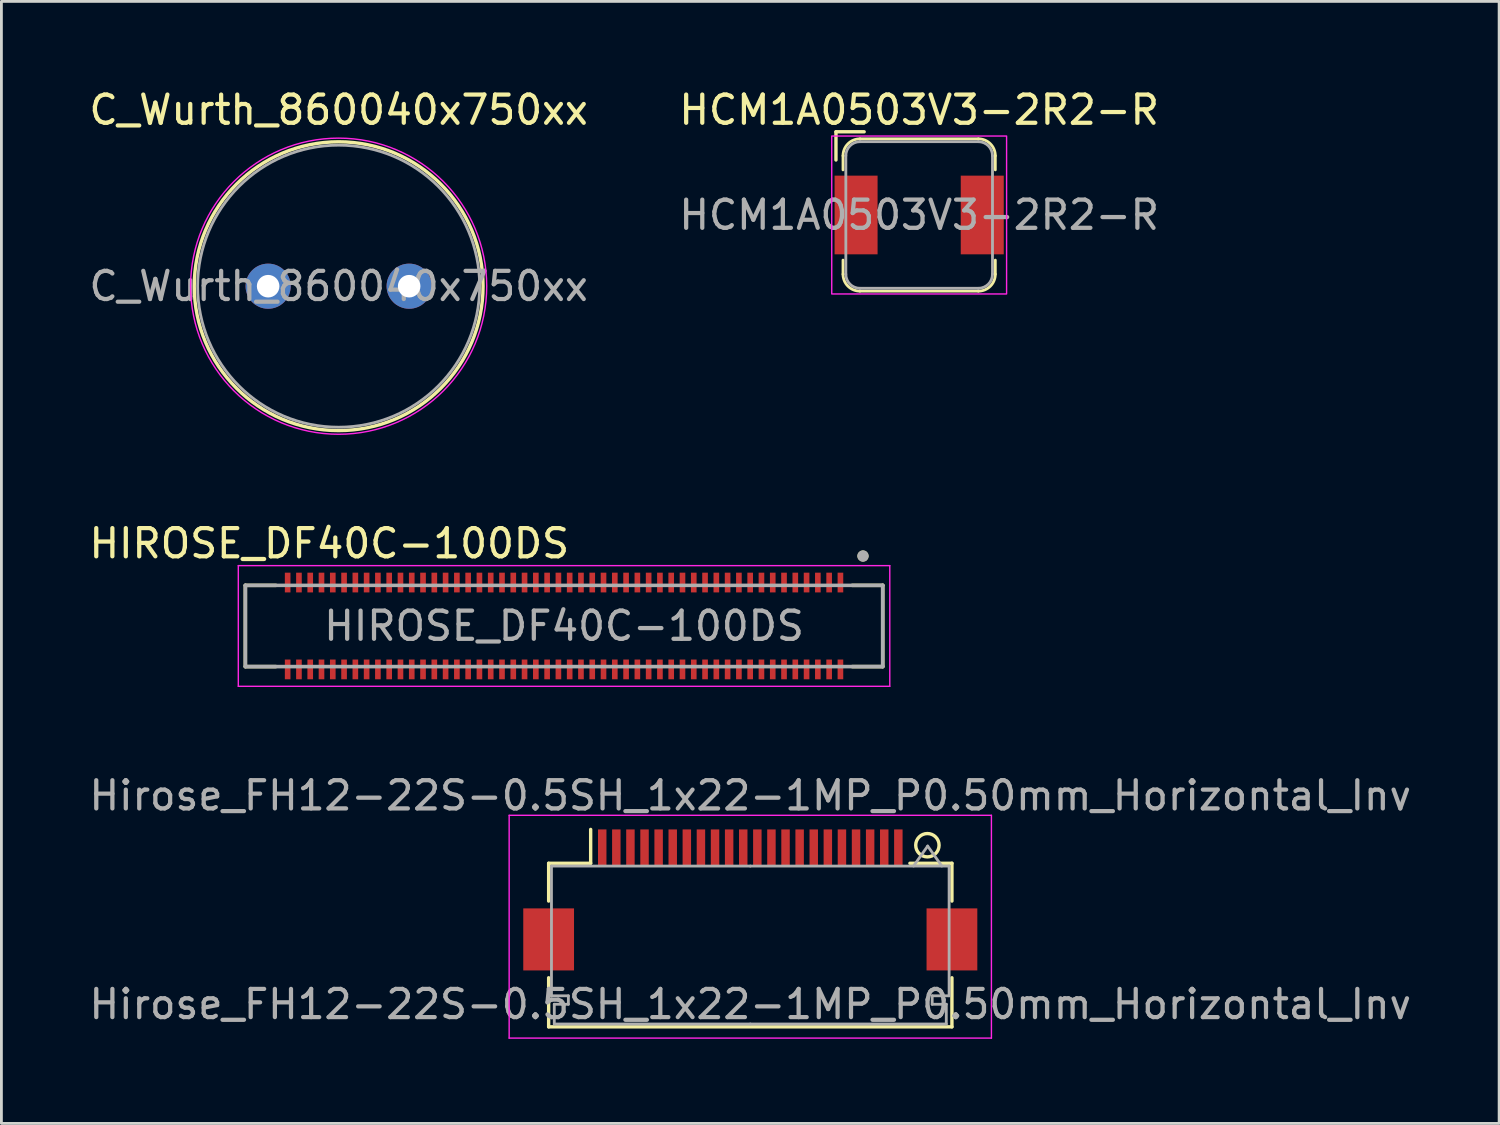
<source format=kicad_pcb>
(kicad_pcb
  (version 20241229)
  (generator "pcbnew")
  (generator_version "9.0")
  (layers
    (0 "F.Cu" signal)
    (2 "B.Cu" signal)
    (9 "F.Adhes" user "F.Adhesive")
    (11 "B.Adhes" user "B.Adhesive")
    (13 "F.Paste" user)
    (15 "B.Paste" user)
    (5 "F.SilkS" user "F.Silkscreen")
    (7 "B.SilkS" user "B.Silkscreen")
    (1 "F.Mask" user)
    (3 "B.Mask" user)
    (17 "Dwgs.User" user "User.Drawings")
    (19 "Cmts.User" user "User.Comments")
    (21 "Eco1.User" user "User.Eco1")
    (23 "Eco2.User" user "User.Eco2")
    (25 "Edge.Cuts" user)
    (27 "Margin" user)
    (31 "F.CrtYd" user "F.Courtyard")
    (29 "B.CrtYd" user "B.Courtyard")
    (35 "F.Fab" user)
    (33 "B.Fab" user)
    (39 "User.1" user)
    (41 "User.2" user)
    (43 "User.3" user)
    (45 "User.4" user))
  (footprint "C_Wurth_860040x750xx"
    (layer "F.Cu")
    (at 6.458 7.098)
    (property "Reference" "C_Wurth_860040x750xx" (at 2.5 -6.25 0) (layer "F.SilkS") (effects (font (size 1 1) (thickness 0.15))))
    (attr through_hole)
    (fp_circle (center 2.5 0) (end 7.62 0) (stroke (width 0.12) (type solid)) (fill no) (layer "F.SilkS"))
    (fp_circle (center 2.5 0) (end 7.75 0) (stroke (width 0.05) (type solid)) (fill no) (layer "F.CrtYd"))
    (fp_circle (center 2.5 0) (end 7.5 0) (stroke (width 0.1) (type solid)) (fill no) (layer "F.Fab"))
    (fp_text user "${REFERENCE}" (at 2.5 0 0) (layer "F.Fab") (effects (font (size 1 1) (thickness 0.15))))
    (pad "1" thru_hole circle (at 0 0) (size 1.6 1.6) (drill 0.8) (layers "*.Cu" "*.Mask"))
    (pad "2" thru_hole circle (at 5 0) (size 1.6 1.6) (drill 0.8) (layers "*.Cu" "*.Mask")))
  (footprint "HIROSE_DF40C-100DS"
    (layer "F.Cu")
    (at 16.95 19.146)
    (property "Reference" "HIROSE_DF40C-100DS" (at -8.325 -2.925 0) (layer "F.SilkS") (effects (font (size 1 1) (thickness 0.15))))
    (attr smd)
    (fp_line (start -11.3 -1.44) (end -11.3 1.44) (stroke (width 0.127) (type solid)) (layer "F.SilkS"))
    (fp_line (start -11.3 1.44) (end -10.22 1.44) (stroke (width 0.127) (type solid)) (layer "F.SilkS"))
    (fp_line (start -10.22 -1.44) (end -11.3 -1.44) (stroke (width 0.127) (type solid)) (layer "F.SilkS"))
    (fp_line (start 11.3 -1.44) (end 10.22 -1.44) (stroke (width 0.127) (type solid)) (layer "F.SilkS"))
    (fp_line (start 11.3 -1.44) (end 11.3 1.44) (stroke (width 0.127) (type solid)) (layer "F.SilkS"))
    (fp_line (start 11.3 1.44) (end 10.22 1.44) (stroke (width 0.127) (type solid)) (layer "F.SilkS"))
    (fp_circle (center 10.6 -2.48) (end 10.7 -2.48) (stroke (width 0.2) (type solid)) (fill no) (layer "F.SilkS"))
    (fp_line (start -11.55 -2.14) (end -11.55 2.14) (stroke (width 0.05) (type solid)) (layer "F.CrtYd"))
    (fp_line (start -11.55 2.14) (end 11.55 2.14) (stroke (width 0.05) (type solid)) (layer "F.CrtYd"))
    (fp_line (start 11.55 -2.14) (end -11.55 -2.14) (stroke (width 0.05) (type solid)) (layer "F.CrtYd"))
    (fp_line (start 11.55 2.14) (end 11.55 -2.14) (stroke (width 0.05) (type solid)) (layer "F.CrtYd"))
    (fp_line (start -11.3 -1.44) (end 11.3 -1.44) (stroke (width 0.127) (type solid)) (layer "F.Fab"))
    (fp_line (start -11.3 1.44) (end -11.3 -1.44) (stroke (width 0.127) (type solid)) (layer "F.Fab"))
    (fp_line (start 11.3 -1.44) (end 11.3 1.44) (stroke (width 0.127) (type solid)) (layer "F.Fab"))
    (fp_line (start 11.3 1.44) (end -11.3 1.44) (stroke (width 0.127) (type solid)) (layer "F.Fab"))
    (fp_circle (center 10.6 -2.48) (end 10.7 -2.48) (stroke (width 0.2) (type solid)) (fill no) (layer "F.Fab"))
    (fp_text user "${REFERENCE}" (at 0 0 0) (layer "F.Fab") (effects (font (size 1 1) (thickness 0.15))))
    (pad "1" smd rect (at 9.8 -1.54) (size 0.2 0.7) (layers "F.Cu" "F.Mask" "F.Paste"))
    (pad "2" smd rect (at 9.8 1.54) (size 0.2 0.7) (layers "F.Cu" "F.Mask" "F.Paste"))
    (pad "3" smd rect (at 9.4 -1.54) (size 0.2 0.7) (layers "F.Cu" "F.Mask" "F.Paste"))
    (pad "4" smd rect (at 9.4 1.54) (size 0.2 0.7) (layers "F.Cu" "F.Mask" "F.Paste"))
    (pad "5" smd rect (at 9 -1.54) (size 0.2 0.7) (layers "F.Cu" "F.Mask" "F.Paste"))
    (pad "6" smd rect (at 9 1.54) (size 0.2 0.7) (layers "F.Cu" "F.Mask" "F.Paste"))
    (pad "7" smd rect (at 8.6 -1.54) (size 0.2 0.7) (layers "F.Cu" "F.Mask" "F.Paste"))
    (pad "8" smd rect (at 8.6 1.54) (size 0.2 0.7) (layers "F.Cu" "F.Mask" "F.Paste"))
    (pad "9" smd rect (at 8.2 -1.54) (size 0.2 0.7) (layers "F.Cu" "F.Mask" "F.Paste"))
    (pad "10" smd rect (at 8.2 1.54) (size 0.2 0.7) (layers "F.Cu" "F.Mask" "F.Paste"))
    (pad "11" smd rect (at 7.8 -1.54) (size 0.2 0.7) (layers "F.Cu" "F.Mask" "F.Paste"))
    (pad "12" smd rect (at 7.8 1.54) (size 0.2 0.7) (layers "F.Cu" "F.Mask" "F.Paste"))
    (pad "13" smd rect (at 7.4 -1.54) (size 0.2 0.7) (layers "F.Cu" "F.Mask" "F.Paste"))
    (pad "14" smd rect (at 7.4 1.54) (size 0.2 0.7) (layers "F.Cu" "F.Mask" "F.Paste"))
    (pad "15" smd rect (at 7 -1.54) (size 0.2 0.7) (layers "F.Cu" "F.Mask" "F.Paste"))
    (pad "16" smd rect (at 7 1.54) (size 0.2 0.7) (layers "F.Cu" "F.Mask" "F.Paste"))
    (pad "17" smd rect (at 6.6 -1.54) (size 0.2 0.7) (layers "F.Cu" "F.Mask" "F.Paste"))
    (pad "18" smd rect (at 6.6 1.54) (size 0.2 0.7) (layers "F.Cu" "F.Mask" "F.Paste"))
    (pad "19" smd rect (at 6.2 -1.54) (size 0.2 0.7) (layers "F.Cu" "F.Mask" "F.Paste"))
    (pad "20" smd rect (at 6.2 1.54) (size 0.2 0.7) (layers "F.Cu" "F.Mask" "F.Paste"))
    (pad "21" smd rect (at 5.8 -1.54) (size 0.2 0.7) (layers "F.Cu" "F.Mask" "F.Paste"))
    (pad "22" smd rect (at 5.8 1.54) (size 0.2 0.7) (layers "F.Cu" "F.Mask" "F.Paste"))
    (pad "23" smd rect (at 5.4 -1.54) (size 0.2 0.7) (layers "F.Cu" "F.Mask" "F.Paste"))
    (pad "24" smd rect (at 5.4 1.54) (size 0.2 0.7) (layers "F.Cu" "F.Mask" "F.Paste"))
    (pad "25" smd rect (at 5 -1.54) (size 0.2 0.7) (layers "F.Cu" "F.Mask" "F.Paste"))
    (pad "26" smd rect (at 5 1.54) (size 0.2 0.7) (layers "F.Cu" "F.Mask" "F.Paste"))
    (pad "27" smd rect (at 4.6 -1.54) (size 0.2 0.7) (layers "F.Cu" "F.Mask" "F.Paste"))
    (pad "28" smd rect (at 4.6 1.54) (size 0.2 0.7) (layers "F.Cu" "F.Mask" "F.Paste"))
    (pad "29" smd rect (at 4.2 -1.54) (size 0.2 0.7) (layers "F.Cu" "F.Mask" "F.Paste"))
    (pad "30" smd rect (at 4.2 1.54) (size 0.2 0.7) (layers "F.Cu" "F.Mask" "F.Paste"))
    (pad "31" smd rect (at 3.8 -1.54) (size 0.2 0.7) (layers "F.Cu" "F.Mask" "F.Paste"))
    (pad "32" smd rect (at 3.8 1.54) (size 0.2 0.7) (layers "F.Cu" "F.Mask" "F.Paste"))
    (pad "33" smd rect (at 3.4 -1.54) (size 0.2 0.7) (layers "F.Cu" "F.Mask" "F.Paste"))
    (pad "34" smd rect (at 3.4 1.54) (size 0.2 0.7) (layers "F.Cu" "F.Mask" "F.Paste"))
    (pad "35" smd rect (at 3 -1.54) (size 0.2 0.7) (layers "F.Cu" "F.Mask" "F.Paste"))
    (pad "36" smd rect (at 3 1.54) (size 0.2 0.7) (layers "F.Cu" "F.Mask" "F.Paste"))
    (pad "37" smd rect (at 2.6 -1.54) (size 0.2 0.7) (layers "F.Cu" "F.Mask" "F.Paste"))
    (pad "38" smd rect (at 2.6 1.54) (size 0.2 0.7) (layers "F.Cu" "F.Mask" "F.Paste"))
    (pad "39" smd rect (at 2.2 -1.54) (size 0.2 0.7) (layers "F.Cu" "F.Mask" "F.Paste"))
    (pad "40" smd rect (at 2.2 1.54) (size 0.2 0.7) (layers "F.Cu" "F.Mask" "F.Paste"))
    (pad "41" smd rect (at 1.8 -1.54) (size 0.2 0.7) (layers "F.Cu" "F.Mask" "F.Paste"))
    (pad "42" smd rect (at 1.8 1.54) (size 0.2 0.7) (layers "F.Cu" "F.Mask" "F.Paste"))
    (pad "43" smd rect (at 1.4 -1.54) (size 0.2 0.7) (layers "F.Cu" "F.Mask" "F.Paste"))
    (pad "44" smd rect (at 1.4 1.54) (size 0.2 0.7) (layers "F.Cu" "F.Mask" "F.Paste"))
    (pad "45" smd rect (at 1 -1.54) (size 0.2 0.7) (layers "F.Cu" "F.Mask" "F.Paste"))
    (pad "46" smd rect (at 1 1.54) (size 0.2 0.7) (layers "F.Cu" "F.Mask" "F.Paste"))
    (pad "47" smd rect (at 0.6 -1.54) (size 0.2 0.7) (layers "F.Cu" "F.Mask" "F.Paste"))
    (pad "48" smd rect (at 0.6 1.54) (size 0.2 0.7) (layers "F.Cu" "F.Mask" "F.Paste"))
    (pad "49" smd rect (at 0.2 -1.54) (size 0.2 0.7) (layers "F.Cu" "F.Mask" "F.Paste"))
    (pad "50" smd rect (at 0.2 1.54) (size 0.2 0.7) (layers "F.Cu" "F.Mask" "F.Paste"))
    (pad "51" smd rect (at -0.2 -1.54) (size 0.2 0.7) (layers "F.Cu" "F.Mask" "F.Paste"))
    (pad "52" smd rect (at -0.2 1.54) (size 0.2 0.7) (layers "F.Cu" "F.Mask" "F.Paste"))
    (pad "53" smd rect (at -0.6 -1.54) (size 0.2 0.7) (layers "F.Cu" "F.Mask" "F.Paste"))
    (pad "54" smd rect (at -0.6 1.54) (size 0.2 0.7) (layers "F.Cu" "F.Mask" "F.Paste"))
    (pad "55" smd rect (at -1 -1.54) (size 0.2 0.7) (layers "F.Cu" "F.Mask" "F.Paste"))
    (pad "56" smd rect (at -1 1.54) (size 0.2 0.7) (layers "F.Cu" "F.Mask" "F.Paste"))
    (pad "57" smd rect (at -1.4 -1.54) (size 0.2 0.7) (layers "F.Cu" "F.Mask" "F.Paste"))
    (pad "58" smd rect (at -1.4 1.54) (size 0.2 0.7) (layers "F.Cu" "F.Mask" "F.Paste"))
    (pad "59" smd rect (at -1.8 -1.54) (size 0.2 0.7) (layers "F.Cu" "F.Mask" "F.Paste"))
    (pad "60" smd rect (at -1.8 1.54) (size 0.2 0.7) (layers "F.Cu" "F.Mask" "F.Paste"))
    (pad "61" smd rect (at -2.2 -1.54) (size 0.2 0.7) (layers "F.Cu" "F.Mask" "F.Paste"))
    (pad "62" smd rect (at -2.2 1.54) (size 0.2 0.7) (layers "F.Cu" "F.Mask" "F.Paste"))
    (pad "63" smd rect (at -2.6 -1.54) (size 0.2 0.7) (layers "F.Cu" "F.Mask" "F.Paste"))
    (pad "64" smd rect (at -2.6 1.54) (size 0.2 0.7) (layers "F.Cu" "F.Mask" "F.Paste"))
    (pad "65" smd rect (at -3 -1.54) (size 0.2 0.7) (layers "F.Cu" "F.Mask" "F.Paste"))
    (pad "66" smd rect (at -3 1.54) (size 0.2 0.7) (layers "F.Cu" "F.Mask" "F.Paste"))
    (pad "67" smd rect (at -3.4 -1.54) (size 0.2 0.7) (layers "F.Cu" "F.Mask" "F.Paste"))
    (pad "68" smd rect (at -3.4 1.54) (size 0.2 0.7) (layers "F.Cu" "F.Mask" "F.Paste"))
    (pad "69" smd rect (at -3.8 -1.54) (size 0.2 0.7) (layers "F.Cu" "F.Mask" "F.Paste"))
    (pad "70" smd rect (at -3.8 1.54) (size 0.2 0.7) (layers "F.Cu" "F.Mask" "F.Paste"))
    (pad "71" smd rect (at -4.2 -1.54) (size 0.2 0.7) (layers "F.Cu" "F.Mask" "F.Paste"))
    (pad "72" smd rect (at -4.2 1.54) (size 0.2 0.7) (layers "F.Cu" "F.Mask" "F.Paste"))
    (pad "73" smd rect (at -4.6 -1.54) (size 0.2 0.7) (layers "F.Cu" "F.Mask" "F.Paste"))
    (pad "74" smd rect (at -4.6 1.54) (size 0.2 0.7) (layers "F.Cu" "F.Mask" "F.Paste"))
    (pad "75" smd rect (at -5 -1.54) (size 0.2 0.7) (layers "F.Cu" "F.Mask" "F.Paste"))
    (pad "76" smd rect (at -5 1.54) (size 0.2 0.7) (layers "F.Cu" "F.Mask" "F.Paste"))
    (pad "77" smd rect (at -5.4 -1.54) (size 0.2 0.7) (layers "F.Cu" "F.Mask" "F.Paste"))
    (pad "78" smd rect (at -5.4 1.54) (size 0.2 0.7) (layers "F.Cu" "F.Mask" "F.Paste"))
    (pad "79" smd rect (at -5.8 -1.54) (size 0.2 0.7) (layers "F.Cu" "F.Mask" "F.Paste"))
    (pad "80" smd rect (at -5.8 1.54) (size 0.2 0.7) (layers "F.Cu" "F.Mask" "F.Paste"))
    (pad "81" smd rect (at -6.2 -1.54) (size 0.2 0.7) (layers "F.Cu" "F.Mask" "F.Paste"))
    (pad "82" smd rect (at -6.2 1.54) (size 0.2 0.7) (layers "F.Cu" "F.Mask" "F.Paste"))
    (pad "83" smd rect (at -6.6 -1.54) (size 0.2 0.7) (layers "F.Cu" "F.Mask" "F.Paste"))
    (pad "84" smd rect (at -6.6 1.54) (size 0.2 0.7) (layers "F.Cu" "F.Mask" "F.Paste"))
    (pad "85" smd rect (at -7 -1.54) (size 0.2 0.7) (layers "F.Cu" "F.Mask" "F.Paste"))
    (pad "86" smd rect (at -7 1.54) (size 0.2 0.7) (layers "F.Cu" "F.Mask" "F.Paste"))
    (pad "87" smd rect (at -7.4 -1.54) (size 0.2 0.7) (layers "F.Cu" "F.Mask" "F.Paste"))
    (pad "88" smd rect (at -7.4 1.54) (size 0.2 0.7) (layers "F.Cu" "F.Mask" "F.Paste"))
    (pad "89" smd rect (at -7.8 -1.54) (size 0.2 0.7) (layers "F.Cu" "F.Mask" "F.Paste"))
    (pad "90" smd rect (at -7.8 1.54) (size 0.2 0.7) (layers "F.Cu" "F.Mask" "F.Paste"))
    (pad "91" smd rect (at -8.2 -1.54) (size 0.2 0.7) (layers "F.Cu" "F.Mask" "F.Paste"))
    (pad "92" smd rect (at -8.2 1.54) (size 0.2 0.7) (layers "F.Cu" "F.Mask" "F.Paste"))
    (pad "93" smd rect (at -8.6 -1.54) (size 0.2 0.7) (layers "F.Cu" "F.Mask" "F.Paste"))
    (pad "94" smd rect (at -8.6 1.54) (size 0.2 0.7) (layers "F.Cu" "F.Mask" "F.Paste"))
    (pad "95" smd rect (at -9 -1.54) (size 0.2 0.7) (layers "F.Cu" "F.Mask" "F.Paste"))
    (pad "96" smd rect (at -9 1.54) (size 0.2 0.7) (layers "F.Cu" "F.Mask" "F.Paste"))
    (pad "97" smd rect (at -9.4 -1.54) (size 0.2 0.7) (layers "F.Cu" "F.Mask" "F.Paste"))
    (pad "98" smd rect (at -9.4 1.54) (size 0.2 0.7) (layers "F.Cu" "F.Mask" "F.Paste"))
    (pad "99" smd rect (at -9.8 -1.54) (size 0.2 0.7) (layers "F.Cu" "F.Mask" "F.Paste"))
    (pad "100" smd rect (at -9.8 1.54) (size 0.2 0.7) (layers "F.Cu" "F.Mask" "F.Paste")))
  (footprint "Hirose_FH12-22S-0.5SH_1x22-1MP_P0.50mm_Horizontal_Inv"
    (layer "F.Cu")
    (at 23.554 28.86)
    (property "Reference" "Hirose_FH12-22S-0.5SH_1x22-1MP_P0.50mm_Horizontal_Inv" (at 0 -3.7 180) (layer "F.Fab") (effects (font (size 1 1) (thickness 0.15))))
    (attr smd)
    (fp_line (start -7.15 -1.3) (end -7.15 0.04) (stroke (width 0.12) (type solid)) (layer "F.SilkS"))
    (fp_line (start -7.15 2.76) (end -7.15 4.5) (stroke (width 0.12) (type solid)) (layer "F.SilkS"))
    (fp_line (start -7.15 4.5) (end 7.15 4.5) (stroke (width 0.12) (type solid)) (layer "F.SilkS"))
    (fp_line (start -5.66 -1.3) (end -7.15 -1.3) (stroke (width 0.12) (type solid)) (layer "F.SilkS"))
    (fp_line (start -5.66 -1.3) (end -5.66 -2.5) (stroke (width 0.12) (type solid)) (layer "F.SilkS"))
    (fp_line (start 5.66 -1.3) (end 7.15 -1.3) (stroke (width 0.12) (type solid)) (layer "F.SilkS"))
    (fp_line (start 7.15 -1.3) (end 7.15 0.04) (stroke (width 0.12) (type solid)) (layer "F.SilkS"))
    (fp_line (start 7.15 4.5) (end 7.15 2.76) (stroke (width 0.12) (type solid)) (layer "F.SilkS"))
    (fp_circle (center 6.28 -1.94) (end 6.61 -1.69) (stroke (width 0.12) (type solid)) (fill no) (layer "F.SilkS"))
    (fp_line (start -8.55 -3) (end -8.55 4.9) (stroke (width 0.05) (type solid)) (layer "F.CrtYd"))
    (fp_line (start -8.55 4.9) (end 8.55 4.9) (stroke (width 0.05) (type solid)) (layer "F.CrtYd"))
    (fp_line (start 8.55 -3) (end -8.55 -3) (stroke (width 0.05) (type solid)) (layer "F.CrtYd"))
    (fp_line (start 8.55 4.9) (end 8.55 -3) (stroke (width 0.05) (type solid)) (layer "F.CrtYd"))
    (fp_line (start -7.05 -1.2) (end -7.05 3.4) (stroke (width 0.1) (type solid)) (layer "F.Fab"))
    (fp_line (start -7.05 3.4) (end -6.45 3.4) (stroke (width 0.1) (type solid)) (layer "F.Fab"))
    (fp_line (start -6.95 3.7) (end -6.95 4.4) (stroke (width 0.1) (type solid)) (layer "F.Fab"))
    (fp_line (start -6.95 4.4) (end 0 4.4) (stroke (width 0.1) (type solid)) (layer "F.Fab"))
    (fp_line (start -6.45 3.4) (end -6.45 3.7) (stroke (width 0.1) (type solid)) (layer "F.Fab"))
    (fp_line (start -6.45 3.7) (end -6.95 3.7) (stroke (width 0.1) (type solid)) (layer "F.Fab"))
    (fp_line (start 0 -1.2) (end -7.05 -1.2) (stroke (width 0.1) (type solid)) (layer "F.Fab"))
    (fp_line (start 0 -1.2) (end 7.05 -1.2) (stroke (width 0.1) (type solid)) (layer "F.Fab"))
    (fp_line (start 6.29 -1.91) (end 5.79 -1.203) (stroke (width 0.1) (type solid)) (layer "F.Fab"))
    (fp_line (start 6.45 3.4) (end 6.45 3.7) (stroke (width 0.1) (type solid)) (layer "F.Fab"))
    (fp_line (start 6.45 3.7) (end 6.95 3.7) (stroke (width 0.1) (type solid)) (layer "F.Fab"))
    (fp_line (start 6.79 -1.203) (end 6.29 -1.91) (stroke (width 0.1) (type solid)) (layer "F.Fab"))
    (fp_line (start 6.95 3.7) (end 6.95 4.4) (stroke (width 0.1) (type solid)) (layer "F.Fab"))
    (fp_line (start 6.95 4.4) (end 0 4.4) (stroke (width 0.1) (type solid)) (layer "F.Fab"))
    (fp_line (start 7.05 -1.2) (end 7.05 3.4) (stroke (width 0.1) (type solid)) (layer "F.Fab"))
    (fp_line (start 7.05 3.4) (end 6.45 3.4) (stroke (width 0.1) (type solid)) (layer "F.Fab"))
    (fp_text user "${REFERENCE}" (at 0 3.7 180) (layer "F.Fab") (effects (font (size 1 1) (thickness 0.15))))
    (pad "1" smd rect (at 5.25 -1.85) (size 0.3 1.3) (layers "F.Cu" "F.Mask" "F.Paste"))
    (pad "2" smd rect (at 4.75 -1.85) (size 0.3 1.3) (layers "F.Cu" "F.Mask" "F.Paste"))
    (pad "3" smd rect (at 4.25 -1.85) (size 0.3 1.3) (layers "F.Cu" "F.Mask" "F.Paste"))
    (pad "4" smd rect (at 3.75 -1.85) (size 0.3 1.3) (layers "F.Cu" "F.Mask" "F.Paste"))
    (pad "5" smd rect (at 3.25 -1.85) (size 0.3 1.3) (layers "F.Cu" "F.Mask" "F.Paste"))
    (pad "6" smd rect (at 2.75 -1.85) (size 0.3 1.3) (layers "F.Cu" "F.Mask" "F.Paste"))
    (pad "7" smd rect (at 2.25 -1.85) (size 0.3 1.3) (layers "F.Cu" "F.Mask" "F.Paste"))
    (pad "8" smd rect (at 1.75 -1.85) (size 0.3 1.3) (layers "F.Cu" "F.Mask" "F.Paste"))
    (pad "9" smd rect (at 1.25 -1.85) (size 0.3 1.3) (layers "F.Cu" "F.Mask" "F.Paste"))
    (pad "10" smd rect (at 0.75 -1.85) (size 0.3 1.3) (layers "F.Cu" "F.Mask" "F.Paste"))
    (pad "11" smd rect (at 0.25 -1.85) (size 0.3 1.3) (layers "F.Cu" "F.Mask" "F.Paste"))
    (pad "12" smd rect (at -0.25 -1.85) (size 0.3 1.3) (layers "F.Cu" "F.Mask" "F.Paste"))
    (pad "13" smd rect (at -0.75 -1.85) (size 0.3 1.3) (layers "F.Cu" "F.Mask" "F.Paste"))
    (pad "14" smd rect (at -1.25 -1.85) (size 0.3 1.3) (layers "F.Cu" "F.Mask" "F.Paste"))
    (pad "15" smd rect (at -1.75 -1.85) (size 0.3 1.3) (layers "F.Cu" "F.Mask" "F.Paste"))
    (pad "16" smd rect (at -2.25 -1.85) (size 0.3 1.3) (layers "F.Cu" "F.Mask" "F.Paste"))
    (pad "17" smd rect (at -2.75 -1.85) (size 0.3 1.3) (layers "F.Cu" "F.Mask" "F.Paste"))
    (pad "18" smd rect (at -3.25 -1.85) (size 0.3 1.3) (layers "F.Cu" "F.Mask" "F.Paste"))
    (pad "19" smd rect (at -3.75 -1.85) (size 0.3 1.3) (layers "F.Cu" "F.Mask" "F.Paste"))
    (pad "20" smd rect (at -4.25 -1.85) (size 0.3 1.3) (layers "F.Cu" "F.Mask" "F.Paste"))
    (pad "21" smd rect (at -4.75 -1.85) (size 0.3 1.3) (layers "F.Cu" "F.Mask" "F.Paste"))
    (pad "22" smd rect (at -5.25 -1.85) (size 0.3 1.3) (layers "F.Cu" "F.Mask" "F.Paste"))
    (pad "MP" smd rect (at -7.15 1.4) (size 1.8 2.2) (layers "F.Cu" "F.Mask" "F.Paste"))
    (pad "MP" smd rect (at 7.15 1.4) (size 1.8 2.2) (layers "F.Cu" "F.Mask" "F.Paste")))
  (footprint "HCM1A0503V3-2R2-R"
    (layer "F.Cu")
    (at 29.542 4.573)
    (property "Reference" "HCM1A0503V3-2R2-R" (at 0 -3.725 0) (layer "F.SilkS") (effects (font (size 1 1) (thickness 0.15))))
    (attr smd)
    (fp_line (start -2.95 -2.95) (end -1.95 -2.95) (stroke (width 0.12) (type solid)) (layer "F.SilkS"))
    (fp_line (start -2.95 -1.95) (end -2.95 -2.95) (stroke (width 0.12) (type solid)) (layer "F.SilkS"))
    (fp_line (start -2.7 -2.1) (end -2.7 -1.6) (stroke (width 0.1) (type default)) (layer "F.SilkS"))
    (fp_line (start -2.7 2.1) (end -2.7 1.6) (stroke (width 0.1) (type default)) (layer "F.SilkS"))
    (fp_line (start -2.1 -2.7) (end 2.1 -2.7) (stroke (width 0.1) (type solid)) (layer "F.SilkS"))
    (fp_line (start 2.1 2.7) (end -2.1 2.7) (stroke (width 0.1) (type solid)) (layer "F.SilkS"))
    (fp_line (start 2.7 -2.1) (end 2.7 -1.6) (stroke (width 0.1) (type default)) (layer "F.SilkS"))
    (fp_line (start 2.7 2.1) (end 2.7 1.6) (stroke (width 0.1) (type default)) (layer "F.SilkS"))
    (fp_arc (start -2.7 -2.1) (mid -2.524264 -2.524264) (end -2.1 -2.7) (stroke (width 0.1) (type default)) (layer "F.SilkS"))
    (fp_arc (start -2.1 2.7) (mid -2.524264 2.524264) (end -2.7 2.1) (stroke (width 0.1) (type default)) (layer "F.SilkS"))
    (fp_arc (start 2.1 -2.7) (mid 2.524264 -2.524264) (end 2.7 -2.1) (stroke (width 0.1) (type default)) (layer "F.SilkS"))
    (fp_arc (start 2.7 2.1) (mid 2.524264 2.524264) (end 2.1 2.7) (stroke (width 0.1) (type default)) (layer "F.SilkS"))
    (fp_rect (start -3.1 -2.8) (end 3.1 2.8) (stroke (width 0.05) (type solid)) (fill no) (layer "F.CrtYd"))
    (fp_line (start -2.6 2.1) (end -2.6 -2.1) (stroke (width 0.1) (type default)) (layer "F.Fab"))
    (fp_line (start -2.1 -2.6) (end 2.1 -2.6) (stroke (width 0.1) (type solid)) (layer "F.Fab"))
    (fp_line (start 2.1 2.6) (end -2.1 2.6) (stroke (width 0.1) (type solid)) (layer "F.Fab"))
    (fp_line (start 2.6 -2.1) (end 2.6 2.1) (stroke (width 0.1) (type default)) (layer "F.Fab"))
    (fp_arc (start -2.6 -2.1) (mid -2.453553 -2.453553) (end -2.1 -2.6) (stroke (width 0.1) (type default)) (layer "F.Fab"))
    (fp_arc (start -2.1 2.6) (mid -2.453553 2.453553) (end -2.6 2.1) (stroke (width 0.1) (type default)) (layer "F.Fab"))
    (fp_arc (start 2.1 -2.6) (mid 2.453553 -2.453553) (end 2.6 -2.1) (stroke (width 0.1) (type default)) (layer "F.Fab"))
    (fp_arc (start 2.6 2.1) (mid 2.453553 2.453553) (end 2.1 2.6) (stroke (width 0.1) (type default)) (layer "F.Fab"))
    (fp_text user "${REFERENCE}" (at 0 0 0) (layer "F.Fab") (effects (font (size 1 1) (thickness 0.15))))
    (pad "1" smd rect (at -2.237 0) (size 1.525 2.79) (layers "F.Cu" "F.Mask" "F.Paste"))
    (pad "2" smd rect (at 2.237 0) (size 1.525 2.79) (layers "F.Cu" "F.Mask" "F.Paste")))
  (gr_rect
    (start -3 -3)
    (end 50.107 36.785)
    (stroke (width 0.1) (type default))
    (fill no)
    (layer "Edge.Cuts")))
</source>
